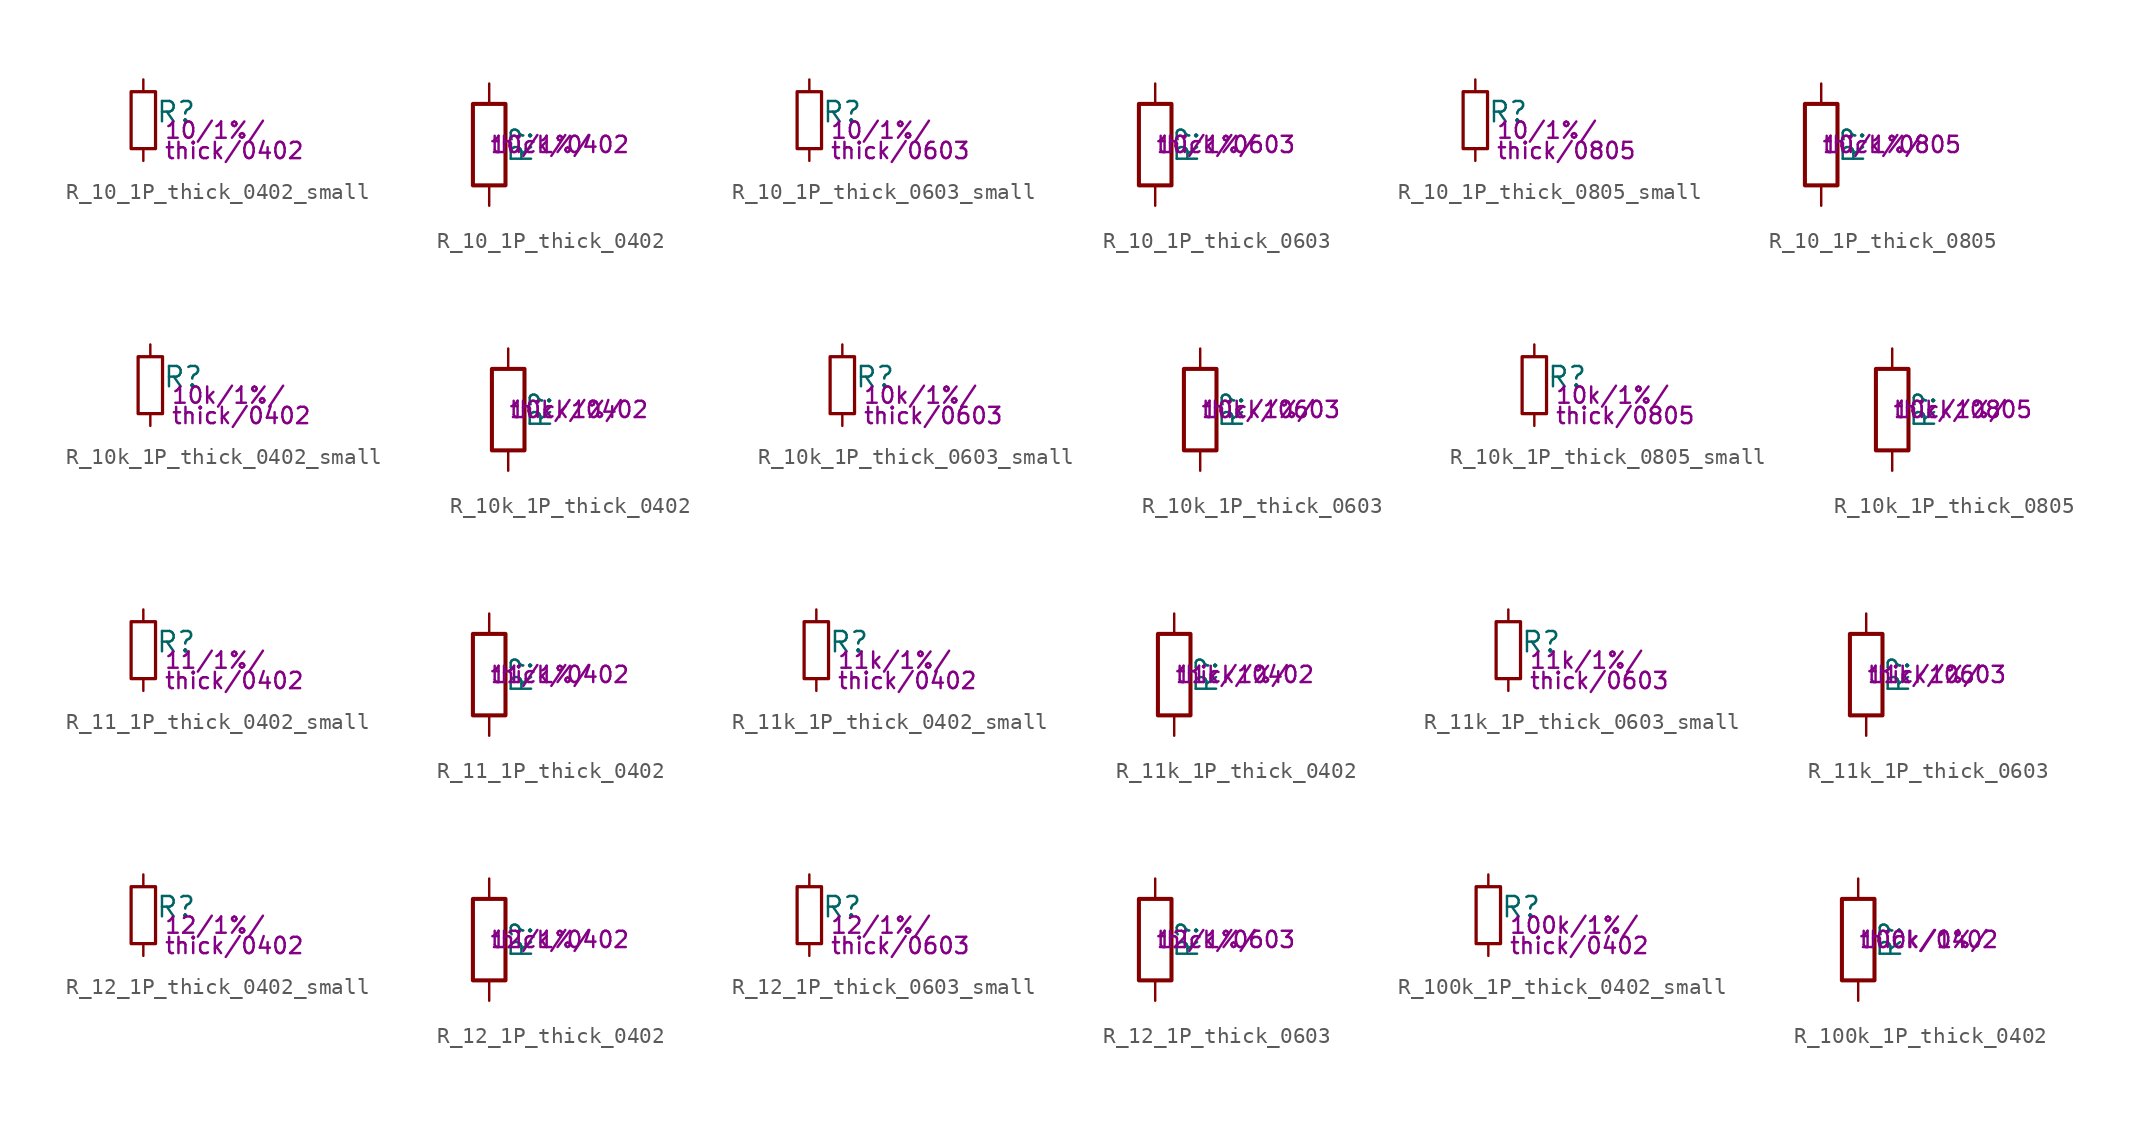
<source format=kicad_sym>
(kicad_symbol_lib
  (version 20211014)
  (generator kicad_symbol_editor)
  (symbol "R_10_1P_thick_0402_small"
    (pin_numbers hide)
    (pin_names
      (offset 0.254) hide)
    (property "Reference" "R"
      (at 0.762 0.508 0)
      (effects (font (size 1.27 1.27)) (justify left)))
    (property "Params" "10/1%/"
      (at 1.27 -0.635 0)
      (effects (font (size 1.016 1.016)) (justify left)))
    (property "Params2" "thick/0402"
      (at 1.27 -1.905 0)
      (effects (font (size 1.016 1.016)) (justify left)))
    (symbol "R_10_1P_thick_0402_small_0_1"
      (rectangle (start -0.762 1.778) (end 0.762 -1.778) (stroke (width 0.203) (type default) (color 0 0 0 0)) (fill (type none))))
    (symbol "R_10_1P_thick_0402_small_1_1"
      (pin passive line (at 0 2.54 270) (length 0.762) (name "~" (effects (font (size 1.27 1.27)))) (number "1" (effects (font (size 1.27 1.27)))))
      (pin passive line (at 0 -2.54 90) (length 0.762) (name "~" (effects (font (size 1.27 1.27)))) (number "2" (effects (font (size 1.27 1.27)))))))
  (symbol "R_10_1P_thick_0402"
    (pin_numbers hide)
    (pin_names
      (offset 0))
    (property "Reference" "R"
      (at 2.032 0 90)
      (effects (font (size 1.27 1.27))))
    (property "Params" "10/1%/"
      (at 0 0 0)
      (effects (font (size 1.016 1.016)) (justify left)))
    (property "Params2" "thick/0402"
      (at 0 0 0)
      (effects (font (size 1.016 1.016)) (justify left)))
    (symbol "R_10_1P_thick_0402_0_1"
      (rectangle (start -1.016 -2.54) (end 1.016 2.54) (stroke (width 0.254) (type default) (color 0 0 0 0)) (fill (type none))))
    (symbol "R_10_1P_thick_0402_1_1"
      (pin passive line (at 0 3.81 270) (length 1.27) (name "~" (effects (font (size 1.27 1.27)))) (number "1" (effects (font (size 1.27 1.27)))))
      (pin passive line (at 0 -3.81 90) (length 1.27) (name "~" (effects (font (size 1.27 1.27)))) (number "2" (effects (font (size 1.27 1.27)))))))
  (symbol "R_10_1P_thick_0603_small"
    (pin_numbers hide)
    (pin_names
      (offset 0.254) hide)
    (property "Reference" "R"
      (at 0.762 0.508 0)
      (effects (font (size 1.27 1.27)) (justify left)))
    (property "Params" "10/1%/"
      (at 1.27 -0.635 0)
      (effects (font (size 1.016 1.016)) (justify left)))
    (property "Params2" "thick/0603"
      (at 1.27 -1.905 0)
      (effects (font (size 1.016 1.016)) (justify left)))
    (symbol "R_10_1P_thick_0603_small_0_1"
      (rectangle (start -0.762 1.778) (end 0.762 -1.778) (stroke (width 0.203) (type default) (color 0 0 0 0)) (fill (type none))))
    (symbol "R_10_1P_thick_0603_small_1_1"
      (pin passive line (at 0 2.54 270) (length 0.762) (name "~" (effects (font (size 1.27 1.27)))) (number "1" (effects (font (size 1.27 1.27)))))
      (pin passive line (at 0 -2.54 90) (length 0.762) (name "~" (effects (font (size 1.27 1.27)))) (number "2" (effects (font (size 1.27 1.27)))))))
  (symbol "R_10_1P_thick_0603"
    (pin_numbers hide)
    (pin_names
      (offset 0))
    (property "Reference" "R"
      (at 2.032 0 90)
      (effects (font (size 1.27 1.27))))
    (property "Params" "10/1%/"
      (at 0 0 0)
      (effects (font (size 1.016 1.016)) (justify left)))
    (property "Params2" "thick/0603"
      (at 0 0 0)
      (effects (font (size 1.016 1.016)) (justify left)))
    (symbol "R_10_1P_thick_0603_0_1"
      (rectangle (start -1.016 -2.54) (end 1.016 2.54) (stroke (width 0.254) (type default) (color 0 0 0 0)) (fill (type none))))
    (symbol "R_10_1P_thick_0603_1_1"
      (pin passive line (at 0 3.81 270) (length 1.27) (name "~" (effects (font (size 1.27 1.27)))) (number "1" (effects (font (size 1.27 1.27)))))
      (pin passive line (at 0 -3.81 90) (length 1.27) (name "~" (effects (font (size 1.27 1.27)))) (number "2" (effects (font (size 1.27 1.27)))))))
  (symbol "R_10_1P_thick_0805_small"
    (pin_numbers hide)
    (pin_names
      (offset 0.254) hide)
    (property "Reference" "R"
      (at 0.762 0.508 0)
      (effects (font (size 1.27 1.27)) (justify left)))
    (property "Params" "10/1%/"
      (at 1.27 -0.635 0)
      (effects (font (size 1.016 1.016)) (justify left)))
    (property "Params2" "thick/0805"
      (at 1.27 -1.905 0)
      (effects (font (size 1.016 1.016)) (justify left)))
    (symbol "R_10_1P_thick_0805_small_0_1"
      (rectangle (start -0.762 1.778) (end 0.762 -1.778) (stroke (width 0.203) (type default) (color 0 0 0 0)) (fill (type none))))
    (symbol "R_10_1P_thick_0805_small_1_1"
      (pin passive line (at 0 2.54 270) (length 0.762) (name "~" (effects (font (size 1.27 1.27)))) (number "1" (effects (font (size 1.27 1.27)))))
      (pin passive line (at 0 -2.54 90) (length 0.762) (name "~" (effects (font (size 1.27 1.27)))) (number "2" (effects (font (size 1.27 1.27)))))))
  (symbol "R_10_1P_thick_0805"
    (pin_numbers hide)
    (pin_names
      (offset 0))
    (property "Reference" "R"
      (at 2.032 0 90)
      (effects (font (size 1.27 1.27))))
    (property "Params" "10/1%/"
      (at 0 0 0)
      (effects (font (size 1.016 1.016)) (justify left)))
    (property "Params2" "thick/0805"
      (at 0 0 0)
      (effects (font (size 1.016 1.016)) (justify left)))
    (symbol "R_10_1P_thick_0805_0_1"
      (rectangle (start -1.016 -2.54) (end 1.016 2.54) (stroke (width 0.254) (type default) (color 0 0 0 0)) (fill (type none))))
    (symbol "R_10_1P_thick_0805_1_1"
      (pin passive line (at 0 3.81 270) (length 1.27) (name "~" (effects (font (size 1.27 1.27)))) (number "1" (effects (font (size 1.27 1.27)))))
      (pin passive line (at 0 -3.81 90) (length 1.27) (name "~" (effects (font (size 1.27 1.27)))) (number "2" (effects (font (size 1.27 1.27)))))))
  (symbol "R_10k_1P_thick_0402_small"
    (pin_numbers hide)
    (pin_names
      (offset 0.254) hide)
    (property "Reference" "R"
      (at 0.762 0.508 0)
      (effects (font (size 1.27 1.27)) (justify left)))
    (property "Params" "10k/1%/"
      (at 1.27 -0.635 0)
      (effects (font (size 1.016 1.016)) (justify left)))
    (property "Params2" "thick/0402"
      (at 1.27 -1.905 0)
      (effects (font (size 1.016 1.016)) (justify left)))
    (symbol "R_10k_1P_thick_0402_small_0_1"
      (rectangle (start -0.762 1.778) (end 0.762 -1.778) (stroke (width 0.203) (type default) (color 0 0 0 0)) (fill (type none))))
    (symbol "R_10k_1P_thick_0402_small_1_1"
      (pin passive line (at 0 2.54 270) (length 0.762) (name "~" (effects (font (size 1.27 1.27)))) (number "1" (effects (font (size 1.27 1.27)))))
      (pin passive line (at 0 -2.54 90) (length 0.762) (name "~" (effects (font (size 1.27 1.27)))) (number "2" (effects (font (size 1.27 1.27)))))))
  (symbol "R_10k_1P_thick_0402"
    (pin_numbers hide)
    (pin_names
      (offset 0))
    (property "Reference" "R"
      (at 2.032 0 90)
      (effects (font (size 1.27 1.27))))
    (property "Params" "10k/1%/"
      (at 0 0 0)
      (effects (font (size 1.016 1.016)) (justify left)))
    (property "Params2" "thick/0402"
      (at 0 0 0)
      (effects (font (size 1.016 1.016)) (justify left)))
    (symbol "R_10k_1P_thick_0402_0_1"
      (rectangle (start -1.016 -2.54) (end 1.016 2.54) (stroke (width 0.254) (type default) (color 0 0 0 0)) (fill (type none))))
    (symbol "R_10k_1P_thick_0402_1_1"
      (pin passive line (at 0 3.81 270) (length 1.27) (name "~" (effects (font (size 1.27 1.27)))) (number "1" (effects (font (size 1.27 1.27)))))
      (pin passive line (at 0 -3.81 90) (length 1.27) (name "~" (effects (font (size 1.27 1.27)))) (number "2" (effects (font (size 1.27 1.27)))))))
  (symbol "R_10k_1P_thick_0603_small"
    (pin_numbers hide)
    (pin_names
      (offset 0.254) hide)
    (property "Reference" "R"
      (at 0.762 0.508 0)
      (effects (font (size 1.27 1.27)) (justify left)))
    (property "Params" "10k/1%/"
      (at 1.27 -0.635 0)
      (effects (font (size 1.016 1.016)) (justify left)))
    (property "Params2" "thick/0603"
      (at 1.27 -1.905 0)
      (effects (font (size 1.016 1.016)) (justify left)))
    (symbol "R_10k_1P_thick_0603_small_0_1"
      (rectangle (start -0.762 1.778) (end 0.762 -1.778) (stroke (width 0.203) (type default) (color 0 0 0 0)) (fill (type none))))
    (symbol "R_10k_1P_thick_0603_small_1_1"
      (pin passive line (at 0 2.54 270) (length 0.762) (name "~" (effects (font (size 1.27 1.27)))) (number "1" (effects (font (size 1.27 1.27)))))
      (pin passive line (at 0 -2.54 90) (length 0.762) (name "~" (effects (font (size 1.27 1.27)))) (number "2" (effects (font (size 1.27 1.27)))))))
  (symbol "R_10k_1P_thick_0603"
    (pin_numbers hide)
    (pin_names
      (offset 0))
    (property "Reference" "R"
      (at 2.032 0 90)
      (effects (font (size 1.27 1.27))))
    (property "Params" "10k/1%/"
      (at 0 0 0)
      (effects (font (size 1.016 1.016)) (justify left)))
    (property "Params2" "thick/0603"
      (at 0 0 0)
      (effects (font (size 1.016 1.016)) (justify left)))
    (symbol "R_10k_1P_thick_0603_0_1"
      (rectangle (start -1.016 -2.54) (end 1.016 2.54) (stroke (width 0.254) (type default) (color 0 0 0 0)) (fill (type none))))
    (symbol "R_10k_1P_thick_0603_1_1"
      (pin passive line (at 0 3.81 270) (length 1.27) (name "~" (effects (font (size 1.27 1.27)))) (number "1" (effects (font (size 1.27 1.27)))))
      (pin passive line (at 0 -3.81 90) (length 1.27) (name "~" (effects (font (size 1.27 1.27)))) (number "2" (effects (font (size 1.27 1.27)))))))
  (symbol "R_10k_1P_thick_0805_small"
    (pin_numbers hide)
    (pin_names
      (offset 0.254) hide)
    (property "Reference" "R"
      (at 0.762 0.508 0)
      (effects (font (size 1.27 1.27)) (justify left)))
    (property "Params" "10k/1%/"
      (at 1.27 -0.635 0)
      (effects (font (size 1.016 1.016)) (justify left)))
    (property "Params2" "thick/0805"
      (at 1.27 -1.905 0)
      (effects (font (size 1.016 1.016)) (justify left)))
    (symbol "R_10k_1P_thick_0805_small_0_1"
      (rectangle (start -0.762 1.778) (end 0.762 -1.778) (stroke (width 0.203) (type default) (color 0 0 0 0)) (fill (type none))))
    (symbol "R_10k_1P_thick_0805_small_1_1"
      (pin passive line (at 0 2.54 270) (length 0.762) (name "~" (effects (font (size 1.27 1.27)))) (number "1" (effects (font (size 1.27 1.27)))))
      (pin passive line (at 0 -2.54 90) (length 0.762) (name "~" (effects (font (size 1.27 1.27)))) (number "2" (effects (font (size 1.27 1.27)))))))
  (symbol "R_10k_1P_thick_0805"
    (pin_numbers hide)
    (pin_names
      (offset 0))
    (property "Reference" "R"
      (at 2.032 0 90)
      (effects (font (size 1.27 1.27))))
    (property "Params" "10k/1%/"
      (at 0 0 0)
      (effects (font (size 1.016 1.016)) (justify left)))
    (property "Params2" "thick/0805"
      (at 0 0 0)
      (effects (font (size 1.016 1.016)) (justify left)))
    (symbol "R_10k_1P_thick_0805_0_1"
      (rectangle (start -1.016 -2.54) (end 1.016 2.54) (stroke (width 0.254) (type default) (color 0 0 0 0)) (fill (type none))))
    (symbol "R_10k_1P_thick_0805_1_1"
      (pin passive line (at 0 3.81 270) (length 1.27) (name "~" (effects (font (size 1.27 1.27)))) (number "1" (effects (font (size 1.27 1.27)))))
      (pin passive line (at 0 -3.81 90) (length 1.27) (name "~" (effects (font (size 1.27 1.27)))) (number "2" (effects (font (size 1.27 1.27)))))))
  (symbol "R_11_1P_thick_0402_small"
    (pin_numbers hide)
    (pin_names
      (offset 0.254) hide)
    (property "Reference" "R"
      (at 0.762 0.508 0)
      (effects (font (size 1.27 1.27)) (justify left)))
    (property "Params" "11/1%/"
      (at 1.27 -0.635 0)
      (effects (font (size 1.016 1.016)) (justify left)))
    (property "Params2" "thick/0402"
      (at 1.27 -1.905 0)
      (effects (font (size 1.016 1.016)) (justify left)))
    (symbol "R_11_1P_thick_0402_small_0_1"
      (rectangle (start -0.762 1.778) (end 0.762 -1.778) (stroke (width 0.203) (type default) (color 0 0 0 0)) (fill (type none))))
    (symbol "R_11_1P_thick_0402_small_1_1"
      (pin passive line (at 0 2.54 270) (length 0.762) (name "~" (effects (font (size 1.27 1.27)))) (number "1" (effects (font (size 1.27 1.27)))))
      (pin passive line (at 0 -2.54 90) (length 0.762) (name "~" (effects (font (size 1.27 1.27)))) (number "2" (effects (font (size 1.27 1.27)))))))
  (symbol "R_11_1P_thick_0402"
    (pin_numbers hide)
    (pin_names
      (offset 0))
    (property "Reference" "R"
      (at 2.032 0 90)
      (effects (font (size 1.27 1.27))))
    (property "Params" "11/1%/"
      (at 0 0 0)
      (effects (font (size 1.016 1.016)) (justify left)))
    (property "Params2" "thick/0402"
      (at 0 0 0)
      (effects (font (size 1.016 1.016)) (justify left)))
    (symbol "R_11_1P_thick_0402_0_1"
      (rectangle (start -1.016 -2.54) (end 1.016 2.54) (stroke (width 0.254) (type default) (color 0 0 0 0)) (fill (type none))))
    (symbol "R_11_1P_thick_0402_1_1"
      (pin passive line (at 0 3.81 270) (length 1.27) (name "~" (effects (font (size 1.27 1.27)))) (number "1" (effects (font (size 1.27 1.27)))))
      (pin passive line (at 0 -3.81 90) (length 1.27) (name "~" (effects (font (size 1.27 1.27)))) (number "2" (effects (font (size 1.27 1.27)))))))
  (symbol "R_11k_1P_thick_0402_small"
    (pin_numbers hide)
    (pin_names
      (offset 0.254) hide)
    (property "Reference" "R"
      (at 0.762 0.508 0)
      (effects (font (size 1.27 1.27)) (justify left)))
    (property "Params" "11k/1%/"
      (at 1.27 -0.635 0)
      (effects (font (size 1.016 1.016)) (justify left)))
    (property "Params2" "thick/0402"
      (at 1.27 -1.905 0)
      (effects (font (size 1.016 1.016)) (justify left)))
    (symbol "R_11k_1P_thick_0402_small_0_1"
      (rectangle (start -0.762 1.778) (end 0.762 -1.778) (stroke (width 0.203) (type default) (color 0 0 0 0)) (fill (type none))))
    (symbol "R_11k_1P_thick_0402_small_1_1"
      (pin passive line (at 0 2.54 270) (length 0.762) (name "~" (effects (font (size 1.27 1.27)))) (number "1" (effects (font (size 1.27 1.27)))))
      (pin passive line (at 0 -2.54 90) (length 0.762) (name "~" (effects (font (size 1.27 1.27)))) (number "2" (effects (font (size 1.27 1.27)))))))
  (symbol "R_11k_1P_thick_0402"
    (pin_numbers hide)
    (pin_names
      (offset 0))
    (property "Reference" "R"
      (at 2.032 0 90)
      (effects (font (size 1.27 1.27))))
    (property "Params" "11k/1%/"
      (at 0 0 0)
      (effects (font (size 1.016 1.016)) (justify left)))
    (property "Params2" "thick/0402"
      (at 0 0 0)
      (effects (font (size 1.016 1.016)) (justify left)))
    (symbol "R_11k_1P_thick_0402_0_1"
      (rectangle (start -1.016 -2.54) (end 1.016 2.54) (stroke (width 0.254) (type default) (color 0 0 0 0)) (fill (type none))))
    (symbol "R_11k_1P_thick_0402_1_1"
      (pin passive line (at 0 3.81 270) (length 1.27) (name "~" (effects (font (size 1.27 1.27)))) (number "1" (effects (font (size 1.27 1.27)))))
      (pin passive line (at 0 -3.81 90) (length 1.27) (name "~" (effects (font (size 1.27 1.27)))) (number "2" (effects (font (size 1.27 1.27)))))))
  (symbol "R_11k_1P_thick_0603_small"
    (pin_numbers hide)
    (pin_names
      (offset 0.254) hide)
    (property "Reference" "R"
      (at 0.762 0.508 0)
      (effects (font (size 1.27 1.27)) (justify left)))
    (property "Params" "11k/1%/"
      (at 1.27 -0.635 0)
      (effects (font (size 1.016 1.016)) (justify left)))
    (property "Params2" "thick/0603"
      (at 1.27 -1.905 0)
      (effects (font (size 1.016 1.016)) (justify left)))
    (symbol "R_11k_1P_thick_0603_small_0_1"
      (rectangle (start -0.762 1.778) (end 0.762 -1.778) (stroke (width 0.203) (type default) (color 0 0 0 0)) (fill (type none))))
    (symbol "R_11k_1P_thick_0603_small_1_1"
      (pin passive line (at 0 2.54 270) (length 0.762) (name "~" (effects (font (size 1.27 1.27)))) (number "1" (effects (font (size 1.27 1.27)))))
      (pin passive line (at 0 -2.54 90) (length 0.762) (name "~" (effects (font (size 1.27 1.27)))) (number "2" (effects (font (size 1.27 1.27)))))))
  (symbol "R_11k_1P_thick_0603"
    (pin_numbers hide)
    (pin_names
      (offset 0))
    (property "Reference" "R"
      (at 2.032 0 90)
      (effects (font (size 1.27 1.27))))
    (property "Params" "11k/1%/"
      (at 0 0 0)
      (effects (font (size 1.016 1.016)) (justify left)))
    (property "Params2" "thick/0603"
      (at 0 0 0)
      (effects (font (size 1.016 1.016)) (justify left)))
    (symbol "R_11k_1P_thick_0603_0_1"
      (rectangle (start -1.016 -2.54) (end 1.016 2.54) (stroke (width 0.254) (type default) (color 0 0 0 0)) (fill (type none))))
    (symbol "R_11k_1P_thick_0603_1_1"
      (pin passive line (at 0 3.81 270) (length 1.27) (name "~" (effects (font (size 1.27 1.27)))) (number "1" (effects (font (size 1.27 1.27)))))
      (pin passive line (at 0 -3.81 90) (length 1.27) (name "~" (effects (font (size 1.27 1.27)))) (number "2" (effects (font (size 1.27 1.27)))))))
  (symbol "R_12_1P_thick_0402_small"
    (pin_numbers hide)
    (pin_names
      (offset 0.254) hide)
    (property "Reference" "R"
      (at 0.762 0.508 0)
      (effects (font (size 1.27 1.27)) (justify left)))
    (property "Params" "12/1%/"
      (at 1.27 -0.635 0)
      (effects (font (size 1.016 1.016)) (justify left)))
    (property "Params2" "thick/0402"
      (at 1.27 -1.905 0)
      (effects (font (size 1.016 1.016)) (justify left)))
    (symbol "R_12_1P_thick_0402_small_0_1"
      (rectangle (start -0.762 1.778) (end 0.762 -1.778) (stroke (width 0.203) (type default) (color 0 0 0 0)) (fill (type none))))
    (symbol "R_12_1P_thick_0402_small_1_1"
      (pin passive line (at 0 2.54 270) (length 0.762) (name "~" (effects (font (size 1.27 1.27)))) (number "1" (effects (font (size 1.27 1.27)))))
      (pin passive line (at 0 -2.54 90) (length 0.762) (name "~" (effects (font (size 1.27 1.27)))) (number "2" (effects (font (size 1.27 1.27)))))))
  (symbol "R_12_1P_thick_0402"
    (pin_numbers hide)
    (pin_names
      (offset 0))
    (property "Reference" "R"
      (at 2.032 0 90)
      (effects (font (size 1.27 1.27))))
    (property "Params" "12/1%/"
      (at 0 0 0)
      (effects (font (size 1.016 1.016)) (justify left)))
    (property "Params2" "thick/0402"
      (at 0 0 0)
      (effects (font (size 1.016 1.016)) (justify left)))
    (symbol "R_12_1P_thick_0402_0_1"
      (rectangle (start -1.016 -2.54) (end 1.016 2.54) (stroke (width 0.254) (type default) (color 0 0 0 0)) (fill (type none))))
    (symbol "R_12_1P_thick_0402_1_1"
      (pin passive line (at 0 3.81 270) (length 1.27) (name "~" (effects (font (size 1.27 1.27)))) (number "1" (effects (font (size 1.27 1.27)))))
      (pin passive line (at 0 -3.81 90) (length 1.27) (name "~" (effects (font (size 1.27 1.27)))) (number "2" (effects (font (size 1.27 1.27)))))))
  (symbol "R_12_1P_thick_0603_small"
    (pin_numbers hide)
    (pin_names
      (offset 0.254) hide)
    (property "Reference" "R"
      (at 0.762 0.508 0)
      (effects (font (size 1.27 1.27)) (justify left)))
    (property "Params" "12/1%/"
      (at 1.27 -0.635 0)
      (effects (font (size 1.016 1.016)) (justify left)))
    (property "Params2" "thick/0603"
      (at 1.27 -1.905 0)
      (effects (font (size 1.016 1.016)) (justify left)))
    (symbol "R_12_1P_thick_0603_small_0_1"
      (rectangle (start -0.762 1.778) (end 0.762 -1.778) (stroke (width 0.203) (type default) (color 0 0 0 0)) (fill (type none))))
    (symbol "R_12_1P_thick_0603_small_1_1"
      (pin passive line (at 0 2.54 270) (length 0.762) (name "~" (effects (font (size 1.27 1.27)))) (number "1" (effects (font (size 1.27 1.27)))))
      (pin passive line (at 0 -2.54 90) (length 0.762) (name "~" (effects (font (size 1.27 1.27)))) (number "2" (effects (font (size 1.27 1.27)))))))
  (symbol "R_12_1P_thick_0603"
    (pin_numbers hide)
    (pin_names
      (offset 0))
    (property "Reference" "R"
      (at 2.032 0 90)
      (effects (font (size 1.27 1.27))))
    (property "Params" "12/1%/"
      (at 0 0 0)
      (effects (font (size 1.016 1.016)) (justify left)))
    (property "Params2" "thick/0603"
      (at 0 0 0)
      (effects (font (size 1.016 1.016)) (justify left)))
    (symbol "R_12_1P_thick_0603_0_1"
      (rectangle (start -1.016 -2.54) (end 1.016 2.54) (stroke (width 0.254) (type default) (color 0 0 0 0)) (fill (type none))))
    (symbol "R_12_1P_thick_0603_1_1"
      (pin passive line (at 0 3.81 270) (length 1.27) (name "~" (effects (font (size 1.27 1.27)))) (number "1" (effects (font (size 1.27 1.27)))))
      (pin passive line (at 0 -3.81 90) (length 1.27) (name "~" (effects (font (size 1.27 1.27)))) (number "2" (effects (font (size 1.27 1.27)))))))
  (symbol "R_100k_1P_thick_0402_small"
    (pin_numbers hide)
    (pin_names
      (offset 0.254) hide)
    (property "Reference" "R"
      (at 0.762 0.508 0)
      (effects (font (size 1.27 1.27)) (justify left)))
    (property "Params" "100k/1%/"
      (at 1.27 -0.635 0)
      (effects (font (size 1.016 1.016)) (justify left)))
    (property "Params2" "thick/0402"
      (at 1.27 -1.905 0)
      (effects (font (size 1.016 1.016)) (justify left)))
    (symbol "R_100k_1P_thick_0402_small_0_1"
      (rectangle (start -0.762 1.778) (end 0.762 -1.778) (stroke (width 0.203) (type default) (color 0 0 0 0)) (fill (type none))))
    (symbol "R_100k_1P_thick_0402_small_1_1"
      (pin passive line (at 0 2.54 270) (length 0.762) (name "~" (effects (font (size 1.27 1.27)))) (number "1" (effects (font (size 1.27 1.27)))))
      (pin passive line (at 0 -2.54 90) (length 0.762) (name "~" (effects (font (size 1.27 1.27)))) (number "2" (effects (font (size 1.27 1.27)))))))
  (symbol "R_100k_1P_thick_0402"
    (pin_numbers hide)
    (pin_names
      (offset 0))
    (property "Reference" "R"
      (at 2.032 0 90)
      (effects (font (size 1.27 1.27))))
    (property "Params" "100k/1%/"
      (at 0 0 0)
      (effects (font (size 1.016 1.016)) (justify left)))
    (property "Params2" "thick/0402"
      (at 0 0 0)
      (effects (font (size 1.016 1.016)) (justify left)))
    (symbol "R_100k_1P_thick_0402_0_1"
      (rectangle (start -1.016 -2.54) (end 1.016 2.54) (stroke (width 0.254) (type default) (color 0 0 0 0)) (fill (type none))))
    (symbol "R_100k_1P_thick_0402_1_1"
      (pin passive line (at 0 3.81 270) (length 1.27) (name "~" (effects (font (size 1.27 1.27)))) (number "1" (effects (font (size 1.27 1.27)))))
      (pin passive line (at 0 -3.81 90) (length 1.27) (name "~" (effects (font (size 1.27 1.27)))) (number "2" (effects (font (size 1.27 1.27))))))))
</source>
